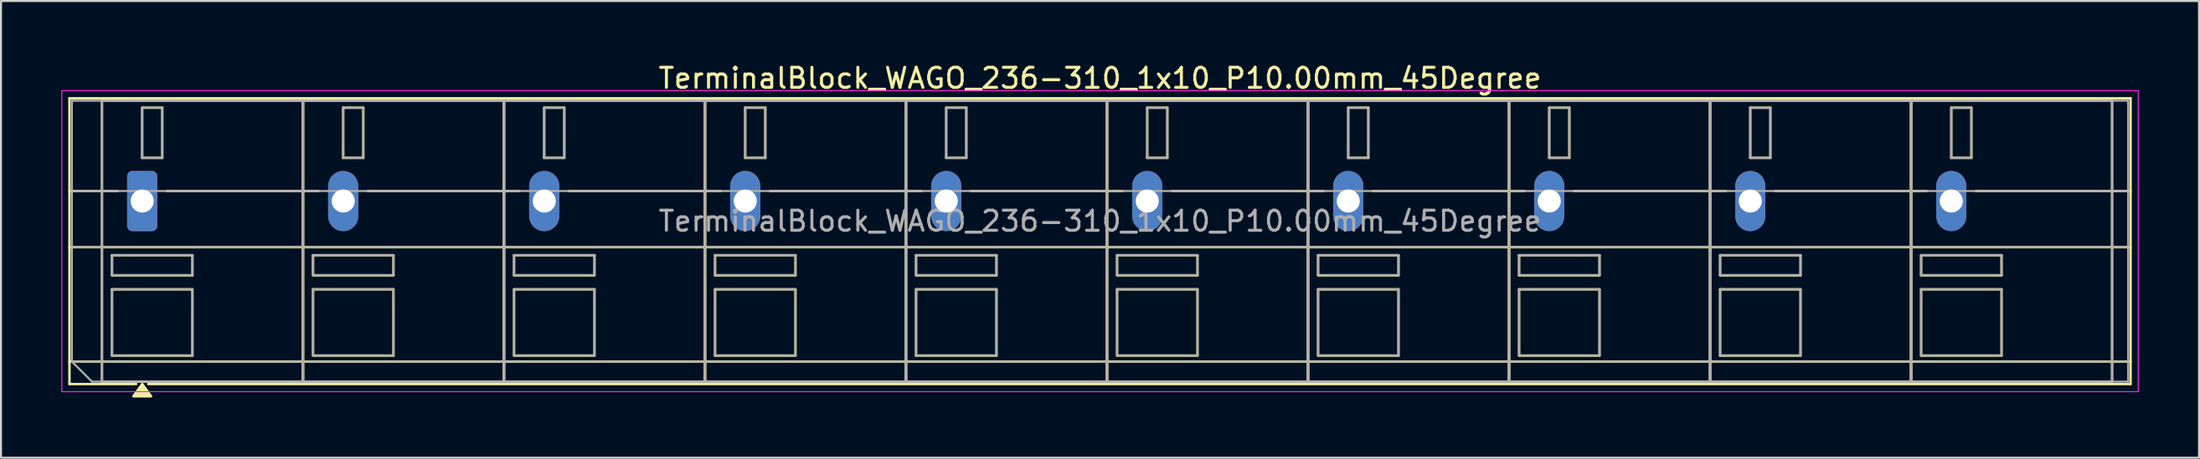
<source format=kicad_pcb>
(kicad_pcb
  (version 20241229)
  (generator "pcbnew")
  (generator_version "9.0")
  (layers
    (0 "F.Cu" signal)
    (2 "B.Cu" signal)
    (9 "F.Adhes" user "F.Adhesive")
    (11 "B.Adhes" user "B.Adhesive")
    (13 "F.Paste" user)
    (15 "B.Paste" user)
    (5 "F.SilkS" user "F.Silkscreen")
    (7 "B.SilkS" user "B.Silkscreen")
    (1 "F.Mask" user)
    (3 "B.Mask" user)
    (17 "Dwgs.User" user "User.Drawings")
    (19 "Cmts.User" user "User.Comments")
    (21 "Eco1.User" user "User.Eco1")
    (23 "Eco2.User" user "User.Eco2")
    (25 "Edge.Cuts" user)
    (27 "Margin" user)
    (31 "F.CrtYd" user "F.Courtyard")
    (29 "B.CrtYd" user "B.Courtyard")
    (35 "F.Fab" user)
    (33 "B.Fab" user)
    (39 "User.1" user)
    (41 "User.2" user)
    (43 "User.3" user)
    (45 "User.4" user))
  (footprint "TerminalBlock_WAGO_236-310_1x10_P10.00mm_45Degree"
    (layer "F.Cu")
    (at 4.025 6.968)
    (property "Reference" "TerminalBlock_WAGO_236-310_1x10_P10.00mm_45Degree" (at 47.65 -6.12 0) (layer "F.SilkS") (effects (font (size 1 1) (thickness 0.15))))
    (attr through_hole)
    (fp_line (start -3.62 -5.12) (end 98.92 -5.12) (stroke (width 0.12) (type solid)) (layer "F.SilkS"))
    (fp_line (start -3.62 -0.5) (end -1.23 -0.5) (stroke (width 0.12) (type solid)) (layer "F.SilkS"))
    (fp_line (start -3.62 2.3) (end 98.92 2.3) (stroke (width 0.12) (type solid)) (layer "F.SilkS"))
    (fp_line (start -3.62 8) (end 98.92 8) (stroke (width 0.12) (type solid)) (layer "F.SilkS"))
    (fp_line (start -3.62 9.12) (end -3.62 -5.12) (stroke (width 0.12) (type solid)) (layer "F.SilkS"))
    (fp_line (start -2 -5) (end 8 -5) (stroke (width 0.12) (type solid)) (layer "F.SilkS"))
    (fp_line (start -2 9) (end -2 -5) (stroke (width 0.12) (type solid)) (layer "F.SilkS"))
    (fp_line (start -1.5 2.7) (end 2.5 2.7) (stroke (width 0.12) (type solid)) (layer "F.SilkS"))
    (fp_line (start -1.5 3.7) (end -1.5 2.7) (stroke (width 0.12) (type solid)) (layer "F.SilkS"))
    (fp_line (start -1.5 4.4) (end 2.5 4.4) (stroke (width 0.12) (type solid)) (layer "F.SilkS"))
    (fp_line (start -1.5 7.7) (end -1.5 4.4) (stroke (width 0.12) (type solid)) (layer "F.SilkS"))
    (fp_line (start -0.3 9.12) (end -3.62 9.12) (stroke (width 0.12) (type solid)) (layer "F.SilkS"))
    (fp_line (start 0 -4.65) (end 1 -4.65) (stroke (width 0.12) (type solid)) (layer "F.SilkS"))
    (fp_line (start 0 -2.15) (end 0 -4.65) (stroke (width 0.12) (type solid)) (layer "F.SilkS"))
    (fp_line (start 1 -4.65) (end 1 -2.15) (stroke (width 0.12) (type solid)) (layer "F.SilkS"))
    (fp_line (start 1 -2.15) (end 0 -2.15) (stroke (width 0.12) (type solid)) (layer "F.SilkS"))
    (fp_line (start 1.23 -0.5) (end 8.77 -0.5) (stroke (width 0.12) (type solid)) (layer "F.SilkS"))
    (fp_line (start 2.5 2.7) (end 2.5 3.7) (stroke (width 0.12) (type solid)) (layer "F.SilkS"))
    (fp_line (start 2.5 3.7) (end -1.5 3.7) (stroke (width 0.12) (type solid)) (layer "F.SilkS"))
    (fp_line (start 2.5 4.4) (end 2.5 7.7) (stroke (width 0.12) (type solid)) (layer "F.SilkS"))
    (fp_line (start 2.5 7.7) (end -1.5 7.7) (stroke (width 0.12) (type solid)) (layer "F.SilkS"))
    (fp_line (start 8 -5) (end 8 9) (stroke (width 0.12) (type solid)) (layer "F.SilkS"))
    (fp_line (start 8 -5) (end 18 -5) (stroke (width 0.12) (type solid)) (layer "F.SilkS"))
    (fp_line (start 8 9) (end -2 9) (stroke (width 0.12) (type solid)) (layer "F.SilkS"))
    (fp_line (start 8 9) (end 8 -5) (stroke (width 0.12) (type solid)) (layer "F.SilkS"))
    (fp_line (start 8.5 2.7) (end 12.5 2.7) (stroke (width 0.12) (type solid)) (layer "F.SilkS"))
    (fp_line (start 8.5 3.7) (end 8.5 2.7) (stroke (width 0.12) (type solid)) (layer "F.SilkS"))
    (fp_line (start 8.5 4.4) (end 12.5 4.4) (stroke (width 0.12) (type solid)) (layer "F.SilkS"))
    (fp_line (start 8.5 7.7) (end 8.5 4.4) (stroke (width 0.12) (type solid)) (layer "F.SilkS"))
    (fp_line (start 10 -4.65) (end 11 -4.65) (stroke (width 0.12) (type solid)) (layer "F.SilkS"))
    (fp_line (start 10 -2.15) (end 10 -4.65) (stroke (width 0.12) (type solid)) (layer "F.SilkS"))
    (fp_line (start 11 -4.65) (end 11 -2.15) (stroke (width 0.12) (type solid)) (layer "F.SilkS"))
    (fp_line (start 11 -2.15) (end 10 -2.15) (stroke (width 0.12) (type solid)) (layer "F.SilkS"))
    (fp_line (start 11.23 -0.5) (end 18.77 -0.5) (stroke (width 0.12) (type solid)) (layer "F.SilkS"))
    (fp_line (start 12.5 2.7) (end 12.5 3.7) (stroke (width 0.12) (type solid)) (layer "F.SilkS"))
    (fp_line (start 12.5 3.7) (end 8.5 3.7) (stroke (width 0.12) (type solid)) (layer "F.SilkS"))
    (fp_line (start 12.5 4.4) (end 12.5 7.7) (stroke (width 0.12) (type solid)) (layer "F.SilkS"))
    (fp_line (start 12.5 7.7) (end 8.5 7.7) (stroke (width 0.12) (type solid)) (layer "F.SilkS"))
    (fp_line (start 18 -5) (end 18 9) (stroke (width 0.12) (type solid)) (layer "F.SilkS"))
    (fp_line (start 18 -5) (end 28 -5) (stroke (width 0.12) (type solid)) (layer "F.SilkS"))
    (fp_line (start 18 9) (end 8 9) (stroke (width 0.12) (type solid)) (layer "F.SilkS"))
    (fp_line (start 18 9) (end 18 -5) (stroke (width 0.12) (type solid)) (layer "F.SilkS"))
    (fp_line (start 18.5 2.7) (end 22.5 2.7) (stroke (width 0.12) (type solid)) (layer "F.SilkS"))
    (fp_line (start 18.5 3.7) (end 18.5 2.7) (stroke (width 0.12) (type solid)) (layer "F.SilkS"))
    (fp_line (start 18.5 4.4) (end 22.5 4.4) (stroke (width 0.12) (type solid)) (layer "F.SilkS"))
    (fp_line (start 18.5 7.7) (end 18.5 4.4) (stroke (width 0.12) (type solid)) (layer "F.SilkS"))
    (fp_line (start 20 -4.65) (end 21 -4.65) (stroke (width 0.12) (type solid)) (layer "F.SilkS"))
    (fp_line (start 20 -2.15) (end 20 -4.65) (stroke (width 0.12) (type solid)) (layer "F.SilkS"))
    (fp_line (start 21 -4.65) (end 21 -2.15) (stroke (width 0.12) (type solid)) (layer "F.SilkS"))
    (fp_line (start 21 -2.15) (end 20 -2.15) (stroke (width 0.12) (type solid)) (layer "F.SilkS"))
    (fp_line (start 21.23 -0.5) (end 28.77 -0.5) (stroke (width 0.12) (type solid)) (layer "F.SilkS"))
    (fp_line (start 22.5 2.7) (end 22.5 3.7) (stroke (width 0.12) (type solid)) (layer "F.SilkS"))
    (fp_line (start 22.5 3.7) (end 18.5 3.7) (stroke (width 0.12) (type solid)) (layer "F.SilkS"))
    (fp_line (start 22.5 4.4) (end 22.5 7.7) (stroke (width 0.12) (type solid)) (layer "F.SilkS"))
    (fp_line (start 22.5 7.7) (end 18.5 7.7) (stroke (width 0.12) (type solid)) (layer "F.SilkS"))
    (fp_line (start 28 -5) (end 28 9) (stroke (width 0.12) (type solid)) (layer "F.SilkS"))
    (fp_line (start 28 -5) (end 38 -5) (stroke (width 0.12) (type solid)) (layer "F.SilkS"))
    (fp_line (start 28 9) (end 18 9) (stroke (width 0.12) (type solid)) (layer "F.SilkS"))
    (fp_line (start 28 9) (end 28 -5) (stroke (width 0.12) (type solid)) (layer "F.SilkS"))
    (fp_line (start 28.5 2.7) (end 32.5 2.7) (stroke (width 0.12) (type solid)) (layer "F.SilkS"))
    (fp_line (start 28.5 3.7) (end 28.5 2.7) (stroke (width 0.12) (type solid)) (layer "F.SilkS"))
    (fp_line (start 28.5 4.4) (end 32.5 4.4) (stroke (width 0.12) (type solid)) (layer "F.SilkS"))
    (fp_line (start 28.5 7.7) (end 28.5 4.4) (stroke (width 0.12) (type solid)) (layer "F.SilkS"))
    (fp_line (start 30 -4.65) (end 31 -4.65) (stroke (width 0.12) (type solid)) (layer "F.SilkS"))
    (fp_line (start 30 -2.15) (end 30 -4.65) (stroke (width 0.12) (type solid)) (layer "F.SilkS"))
    (fp_line (start 31 -4.65) (end 31 -2.15) (stroke (width 0.12) (type solid)) (layer "F.SilkS"))
    (fp_line (start 31 -2.15) (end 30 -2.15) (stroke (width 0.12) (type solid)) (layer "F.SilkS"))
    (fp_line (start 31.23 -0.5) (end 38.77 -0.5) (stroke (width 0.12) (type solid)) (layer "F.SilkS"))
    (fp_line (start 32.5 2.7) (end 32.5 3.7) (stroke (width 0.12) (type solid)) (layer "F.SilkS"))
    (fp_line (start 32.5 3.7) (end 28.5 3.7) (stroke (width 0.12) (type solid)) (layer "F.SilkS"))
    (fp_line (start 32.5 4.4) (end 32.5 7.7) (stroke (width 0.12) (type solid)) (layer "F.SilkS"))
    (fp_line (start 32.5 7.7) (end 28.5 7.7) (stroke (width 0.12) (type solid)) (layer "F.SilkS"))
    (fp_line (start 38 -5) (end 38 9) (stroke (width 0.12) (type solid)) (layer "F.SilkS"))
    (fp_line (start 38 -5) (end 48 -5) (stroke (width 0.12) (type solid)) (layer "F.SilkS"))
    (fp_line (start 38 9) (end 28 9) (stroke (width 0.12) (type solid)) (layer "F.SilkS"))
    (fp_line (start 38 9) (end 38 -5) (stroke (width 0.12) (type solid)) (layer "F.SilkS"))
    (fp_line (start 38.5 2.7) (end 42.5 2.7) (stroke (width 0.12) (type solid)) (layer "F.SilkS"))
    (fp_line (start 38.5 3.7) (end 38.5 2.7) (stroke (width 0.12) (type solid)) (layer "F.SilkS"))
    (fp_line (start 38.5 4.4) (end 42.5 4.4) (stroke (width 0.12) (type solid)) (layer "F.SilkS"))
    (fp_line (start 38.5 7.7) (end 38.5 4.4) (stroke (width 0.12) (type solid)) (layer "F.SilkS"))
    (fp_line (start 40 -4.65) (end 41 -4.65) (stroke (width 0.12) (type solid)) (layer "F.SilkS"))
    (fp_line (start 40 -2.15) (end 40 -4.65) (stroke (width 0.12) (type solid)) (layer "F.SilkS"))
    (fp_line (start 41 -4.65) (end 41 -2.15) (stroke (width 0.12) (type solid)) (layer "F.SilkS"))
    (fp_line (start 41 -2.15) (end 40 -2.15) (stroke (width 0.12) (type solid)) (layer "F.SilkS"))
    (fp_line (start 41.23 -0.5) (end 48.77 -0.5) (stroke (width 0.12) (type solid)) (layer "F.SilkS"))
    (fp_line (start 42.5 2.7) (end 42.5 3.7) (stroke (width 0.12) (type solid)) (layer "F.SilkS"))
    (fp_line (start 42.5 3.7) (end 38.5 3.7) (stroke (width 0.12) (type solid)) (layer "F.SilkS"))
    (fp_line (start 42.5 4.4) (end 42.5 7.7) (stroke (width 0.12) (type solid)) (layer "F.SilkS"))
    (fp_line (start 42.5 7.7) (end 38.5 7.7) (stroke (width 0.12) (type solid)) (layer "F.SilkS"))
    (fp_line (start 48 -5) (end 48 9) (stroke (width 0.12) (type solid)) (layer "F.SilkS"))
    (fp_line (start 48 -5) (end 58 -5) (stroke (width 0.12) (type solid)) (layer "F.SilkS"))
    (fp_line (start 48 9) (end 38 9) (stroke (width 0.12) (type solid)) (layer "F.SilkS"))
    (fp_line (start 48 9) (end 48 -5) (stroke (width 0.12) (type solid)) (layer "F.SilkS"))
    (fp_line (start 48.5 2.7) (end 52.5 2.7) (stroke (width 0.12) (type solid)) (layer "F.SilkS"))
    (fp_line (start 48.5 3.7) (end 48.5 2.7) (stroke (width 0.12) (type solid)) (layer "F.SilkS"))
    (fp_line (start 48.5 4.4) (end 52.5 4.4) (stroke (width 0.12) (type solid)) (layer "F.SilkS"))
    (fp_line (start 48.5 7.7) (end 48.5 4.4) (stroke (width 0.12) (type solid)) (layer "F.SilkS"))
    (fp_line (start 50 -4.65) (end 51 -4.65) (stroke (width 0.12) (type solid)) (layer "F.SilkS"))
    (fp_line (start 50 -2.15) (end 50 -4.65) (stroke (width 0.12) (type solid)) (layer "F.SilkS"))
    (fp_line (start 51 -4.65) (end 51 -2.15) (stroke (width 0.12) (type solid)) (layer "F.SilkS"))
    (fp_line (start 51 -2.15) (end 50 -2.15) (stroke (width 0.12) (type solid)) (layer "F.SilkS"))
    (fp_line (start 51.23 -0.5) (end 58.77 -0.5) (stroke (width 0.12) (type solid)) (layer "F.SilkS"))
    (fp_line (start 52.5 2.7) (end 52.5 3.7) (stroke (width 0.12) (type solid)) (layer "F.SilkS"))
    (fp_line (start 52.5 3.7) (end 48.5 3.7) (stroke (width 0.12) (type solid)) (layer "F.SilkS"))
    (fp_line (start 52.5 4.4) (end 52.5 7.7) (stroke (width 0.12) (type solid)) (layer "F.SilkS"))
    (fp_line (start 52.5 7.7) (end 48.5 7.7) (stroke (width 0.12) (type solid)) (layer "F.SilkS"))
    (fp_line (start 58 -5) (end 58 9) (stroke (width 0.12) (type solid)) (layer "F.SilkS"))
    (fp_line (start 58 -5) (end 68 -5) (stroke (width 0.12) (type solid)) (layer "F.SilkS"))
    (fp_line (start 58 9) (end 48 9) (stroke (width 0.12) (type solid)) (layer "F.SilkS"))
    (fp_line (start 58 9) (end 58 -5) (stroke (width 0.12) (type solid)) (layer "F.SilkS"))
    (fp_line (start 58.5 2.7) (end 62.5 2.7) (stroke (width 0.12) (type solid)) (layer "F.SilkS"))
    (fp_line (start 58.5 3.7) (end 58.5 2.7) (stroke (width 0.12) (type solid)) (layer "F.SilkS"))
    (fp_line (start 58.5 4.4) (end 62.5 4.4) (stroke (width 0.12) (type solid)) (layer "F.SilkS"))
    (fp_line (start 58.5 7.7) (end 58.5 4.4) (stroke (width 0.12) (type solid)) (layer "F.SilkS"))
    (fp_line (start 60 -4.65) (end 61 -4.65) (stroke (width 0.12) (type solid)) (layer "F.SilkS"))
    (fp_line (start 60 -2.15) (end 60 -4.65) (stroke (width 0.12) (type solid)) (layer "F.SilkS"))
    (fp_line (start 61 -4.65) (end 61 -2.15) (stroke (width 0.12) (type solid)) (layer "F.SilkS"))
    (fp_line (start 61 -2.15) (end 60 -2.15) (stroke (width 0.12) (type solid)) (layer "F.SilkS"))
    (fp_line (start 61.23 -0.5) (end 68.77 -0.5) (stroke (width 0.12) (type solid)) (layer "F.SilkS"))
    (fp_line (start 62.5 2.7) (end 62.5 3.7) (stroke (width 0.12) (type solid)) (layer "F.SilkS"))
    (fp_line (start 62.5 3.7) (end 58.5 3.7) (stroke (width 0.12) (type solid)) (layer "F.SilkS"))
    (fp_line (start 62.5 4.4) (end 62.5 7.7) (stroke (width 0.12) (type solid)) (layer "F.SilkS"))
    (fp_line (start 62.5 7.7) (end 58.5 7.7) (stroke (width 0.12) (type solid)) (layer "F.SilkS"))
    (fp_line (start 68 -5) (end 68 9) (stroke (width 0.12) (type solid)) (layer "F.SilkS"))
    (fp_line (start 68 -5) (end 78 -5) (stroke (width 0.12) (type solid)) (layer "F.SilkS"))
    (fp_line (start 68 9) (end 58 9) (stroke (width 0.12) (type solid)) (layer "F.SilkS"))
    (fp_line (start 68 9) (end 68 -5) (stroke (width 0.12) (type solid)) (layer "F.SilkS"))
    (fp_line (start 68.5 2.7) (end 72.5 2.7) (stroke (width 0.12) (type solid)) (layer "F.SilkS"))
    (fp_line (start 68.5 3.7) (end 68.5 2.7) (stroke (width 0.12) (type solid)) (layer "F.SilkS"))
    (fp_line (start 68.5 4.4) (end 72.5 4.4) (stroke (width 0.12) (type solid)) (layer "F.SilkS"))
    (fp_line (start 68.5 7.7) (end 68.5 4.4) (stroke (width 0.12) (type solid)) (layer "F.SilkS"))
    (fp_line (start 70 -4.65) (end 71 -4.65) (stroke (width 0.12) (type solid)) (layer "F.SilkS"))
    (fp_line (start 70 -2.15) (end 70 -4.65) (stroke (width 0.12) (type solid)) (layer "F.SilkS"))
    (fp_line (start 71 -4.65) (end 71 -2.15) (stroke (width 0.12) (type solid)) (layer "F.SilkS"))
    (fp_line (start 71 -2.15) (end 70 -2.15) (stroke (width 0.12) (type solid)) (layer "F.SilkS"))
    (fp_line (start 71.23 -0.5) (end 78.77 -0.5) (stroke (width 0.12) (type solid)) (layer "F.SilkS"))
    (fp_line (start 72.5 2.7) (end 72.5 3.7) (stroke (width 0.12) (type solid)) (layer "F.SilkS"))
    (fp_line (start 72.5 3.7) (end 68.5 3.7) (stroke (width 0.12) (type solid)) (layer "F.SilkS"))
    (fp_line (start 72.5 4.4) (end 72.5 7.7) (stroke (width 0.12) (type solid)) (layer "F.SilkS"))
    (fp_line (start 72.5 7.7) (end 68.5 7.7) (stroke (width 0.12) (type solid)) (layer "F.SilkS"))
    (fp_line (start 78 -5) (end 78 9) (stroke (width 0.12) (type solid)) (layer "F.SilkS"))
    (fp_line (start 78 -5) (end 88 -5) (stroke (width 0.12) (type solid)) (layer "F.SilkS"))
    (fp_line (start 78 9) (end 68 9) (stroke (width 0.12) (type solid)) (layer "F.SilkS"))
    (fp_line (start 78 9) (end 78 -5) (stroke (width 0.12) (type solid)) (layer "F.SilkS"))
    (fp_line (start 78.5 2.7) (end 82.5 2.7) (stroke (width 0.12) (type solid)) (layer "F.SilkS"))
    (fp_line (start 78.5 3.7) (end 78.5 2.7) (stroke (width 0.12) (type solid)) (layer "F.SilkS"))
    (fp_line (start 78.5 4.4) (end 82.5 4.4) (stroke (width 0.12) (type solid)) (layer "F.SilkS"))
    (fp_line (start 78.5 7.7) (end 78.5 4.4) (stroke (width 0.12) (type solid)) (layer "F.SilkS"))
    (fp_line (start 80 -4.65) (end 81 -4.65) (stroke (width 0.12) (type solid)) (layer "F.SilkS"))
    (fp_line (start 80 -2.15) (end 80 -4.65) (stroke (width 0.12) (type solid)) (layer "F.SilkS"))
    (fp_line (start 81 -4.65) (end 81 -2.15) (stroke (width 0.12) (type solid)) (layer "F.SilkS"))
    (fp_line (start 81 -2.15) (end 80 -2.15) (stroke (width 0.12) (type solid)) (layer "F.SilkS"))
    (fp_line (start 81.23 -0.5) (end 88.77 -0.5) (stroke (width 0.12) (type solid)) (layer "F.SilkS"))
    (fp_line (start 82.5 2.7) (end 82.5 3.7) (stroke (width 0.12) (type solid)) (layer "F.SilkS"))
    (fp_line (start 82.5 3.7) (end 78.5 3.7) (stroke (width 0.12) (type solid)) (layer "F.SilkS"))
    (fp_line (start 82.5 4.4) (end 82.5 7.7) (stroke (width 0.12) (type solid)) (layer "F.SilkS"))
    (fp_line (start 82.5 7.7) (end 78.5 7.7) (stroke (width 0.12) (type solid)) (layer "F.SilkS"))
    (fp_line (start 88 -5) (end 88 9) (stroke (width 0.12) (type solid)) (layer "F.SilkS"))
    (fp_line (start 88 -5) (end 98 -5) (stroke (width 0.12) (type solid)) (layer "F.SilkS"))
    (fp_line (start 88 9) (end 78 9) (stroke (width 0.12) (type solid)) (layer "F.SilkS"))
    (fp_line (start 88 9) (end 88 -5) (stroke (width 0.12) (type solid)) (layer "F.SilkS"))
    (fp_line (start 88.5 2.7) (end 92.5 2.7) (stroke (width 0.12) (type solid)) (layer "F.SilkS"))
    (fp_line (start 88.5 3.7) (end 88.5 2.7) (stroke (width 0.12) (type solid)) (layer "F.SilkS"))
    (fp_line (start 88.5 4.4) (end 92.5 4.4) (stroke (width 0.12) (type solid)) (layer "F.SilkS"))
    (fp_line (start 88.5 7.7) (end 88.5 4.4) (stroke (width 0.12) (type solid)) (layer "F.SilkS"))
    (fp_line (start 90 -4.65) (end 91 -4.65) (stroke (width 0.12) (type solid)) (layer "F.SilkS"))
    (fp_line (start 90 -2.15) (end 90 -4.65) (stroke (width 0.12) (type solid)) (layer "F.SilkS"))
    (fp_line (start 91 -4.65) (end 91 -2.15) (stroke (width 0.12) (type solid)) (layer "F.SilkS"))
    (fp_line (start 91 -2.15) (end 90 -2.15) (stroke (width 0.12) (type solid)) (layer "F.SilkS"))
    (fp_line (start 91.23 -0.5) (end 98.92 -0.5) (stroke (width 0.12) (type solid)) (layer "F.SilkS"))
    (fp_line (start 92.5 2.7) (end 92.5 3.7) (stroke (width 0.12) (type solid)) (layer "F.SilkS"))
    (fp_line (start 92.5 3.7) (end 88.5 3.7) (stroke (width 0.12) (type solid)) (layer "F.SilkS"))
    (fp_line (start 92.5 4.4) (end 92.5 7.7) (stroke (width 0.12) (type solid)) (layer "F.SilkS"))
    (fp_line (start 92.5 7.7) (end 88.5 7.7) (stroke (width 0.12) (type solid)) (layer "F.SilkS"))
    (fp_line (start 98 -5) (end 98 9) (stroke (width 0.12) (type solid)) (layer "F.SilkS"))
    (fp_line (start 98 9) (end 88 9) (stroke (width 0.12) (type solid)) (layer "F.SilkS"))
    (fp_line (start 98.92 -5.12) (end 98.92 9.12) (stroke (width 0.12) (type solid)) (layer "F.SilkS"))
    (fp_line (start 98.92 9.12) (end 0.3 9.12) (stroke (width 0.12) (type solid)) (layer "F.SilkS"))
    (fp_poly (pts (xy 0 9.12) (xy 0.44 9.73) (xy -0.44 9.73)) (stroke (width 0.12) (type solid)) (fill yes) (layer "F.SilkS"))
    (fp_line (start -4 -5.5) (end -4 9.5) (stroke (width 0.05) (type solid)) (layer "F.CrtYd"))
    (fp_line (start -4 9.5) (end 99.3 9.5) (stroke (width 0.05) (type solid)) (layer "F.CrtYd"))
    (fp_line (start 99.3 -5.5) (end -4 -5.5) (stroke (width 0.05) (type solid)) (layer "F.CrtYd"))
    (fp_line (start 99.3 9.5) (end 99.3 -5.5) (stroke (width 0.05) (type solid)) (layer "F.CrtYd"))
    (fp_line (start -3.5 -5) (end 98.8 -5) (stroke (width 0.1) (type solid)) (layer "F.Fab"))
    (fp_line (start -3.5 -0.5) (end 98.8 -0.5) (stroke (width 0.1) (type solid)) (layer "F.Fab"))
    (fp_line (start -3.5 2.3) (end 98.8 2.3) (stroke (width 0.1) (type solid)) (layer "F.Fab"))
    (fp_line (start -3.5 8) (end -3.5 -5) (stroke (width 0.1) (type solid)) (layer "F.Fab"))
    (fp_line (start -3.5 8) (end 98.8 8) (stroke (width 0.1) (type solid)) (layer "F.Fab"))
    (fp_line (start -2.5 9) (end -3.5 8) (stroke (width 0.1) (type solid)) (layer "F.Fab"))
    (fp_line (start -2 -5) (end -2 9) (stroke (width 0.1) (type solid)) (layer "F.Fab"))
    (fp_line (start -2 9) (end 8 9) (stroke (width 0.1) (type solid)) (layer "F.Fab"))
    (fp_line (start -1.5 2.7) (end -1.5 3.7) (stroke (width 0.1) (type solid)) (layer "F.Fab"))
    (fp_line (start -1.5 3.7) (end 2.5 3.7) (stroke (width 0.1) (type solid)) (layer "F.Fab"))
    (fp_line (start -1.5 4.4) (end -1.5 7.7) (stroke (width 0.1) (type solid)) (layer "F.Fab"))
    (fp_line (start -1.5 7.7) (end 2.5 7.7) (stroke (width 0.1) (type solid)) (layer "F.Fab"))
    (fp_line (start 0 -4.65) (end 0 -2.15) (stroke (width 0.1) (type solid)) (layer "F.Fab"))
    (fp_line (start 0 -2.15) (end 1 -2.15) (stroke (width 0.1) (type solid)) (layer "F.Fab"))
    (fp_line (start 1 -4.65) (end 0 -4.65) (stroke (width 0.1) (type solid)) (layer "F.Fab"))
    (fp_line (start 1 -2.15) (end 1 -4.65) (stroke (width 0.1) (type solid)) (layer "F.Fab"))
    (fp_line (start 2.5 2.7) (end -1.5 2.7) (stroke (width 0.1) (type solid)) (layer "F.Fab"))
    (fp_line (start 2.5 3.7) (end 2.5 2.7) (stroke (width 0.1) (type solid)) (layer "F.Fab"))
    (fp_line (start 2.5 4.4) (end -1.5 4.4) (stroke (width 0.1) (type solid)) (layer "F.Fab"))
    (fp_line (start 2.5 7.7) (end 2.5 4.4) (stroke (width 0.1) (type solid)) (layer "F.Fab"))
    (fp_line (start 8 -5) (end -2 -5) (stroke (width 0.1) (type solid)) (layer "F.Fab"))
    (fp_line (start 8 -5) (end 8 9) (stroke (width 0.1) (type solid)) (layer "F.Fab"))
    (fp_line (start 8 9) (end 8 -5) (stroke (width 0.1) (type solid)) (layer "F.Fab"))
    (fp_line (start 8 9) (end 18 9) (stroke (width 0.1) (type solid)) (layer "F.Fab"))
    (fp_line (start 8.5 2.7) (end 8.5 3.7) (stroke (width 0.1) (type solid)) (layer "F.Fab"))
    (fp_line (start 8.5 3.7) (end 12.5 3.7) (stroke (width 0.1) (type solid)) (layer "F.Fab"))
    (fp_line (start 8.5 4.4) (end 8.5 7.7) (stroke (width 0.1) (type solid)) (layer "F.Fab"))
    (fp_line (start 8.5 7.7) (end 12.5 7.7) (stroke (width 0.1) (type solid)) (layer "F.Fab"))
    (fp_line (start 10 -4.65) (end 10 -2.15) (stroke (width 0.1) (type solid)) (layer "F.Fab"))
    (fp_line (start 10 -2.15) (end 11 -2.15) (stroke (width 0.1) (type solid)) (layer "F.Fab"))
    (fp_line (start 11 -4.65) (end 10 -4.65) (stroke (width 0.1) (type solid)) (layer "F.Fab"))
    (fp_line (start 11 -2.15) (end 11 -4.65) (stroke (width 0.1) (type solid)) (layer "F.Fab"))
    (fp_line (start 12.5 2.7) (end 8.5 2.7) (stroke (width 0.1) (type solid)) (layer "F.Fab"))
    (fp_line (start 12.5 3.7) (end 12.5 2.7) (stroke (width 0.1) (type solid)) (layer "F.Fab"))
    (fp_line (start 12.5 4.4) (end 8.5 4.4) (stroke (width 0.1) (type solid)) (layer "F.Fab"))
    (fp_line (start 12.5 7.7) (end 12.5 4.4) (stroke (width 0.1) (type solid)) (layer "F.Fab"))
    (fp_line (start 18 -5) (end 8 -5) (stroke (width 0.1) (type solid)) (layer "F.Fab"))
    (fp_line (start 18 -5) (end 18 9) (stroke (width 0.1) (type solid)) (layer "F.Fab"))
    (fp_line (start 18 9) (end 18 -5) (stroke (width 0.1) (type solid)) (layer "F.Fab"))
    (fp_line (start 18 9) (end 28 9) (stroke (width 0.1) (type solid)) (layer "F.Fab"))
    (fp_line (start 18.5 2.7) (end 18.5 3.7) (stroke (width 0.1) (type solid)) (layer "F.Fab"))
    (fp_line (start 18.5 3.7) (end 22.5 3.7) (stroke (width 0.1) (type solid)) (layer "F.Fab"))
    (fp_line (start 18.5 4.4) (end 18.5 7.7) (stroke (width 0.1) (type solid)) (layer "F.Fab"))
    (fp_line (start 18.5 7.7) (end 22.5 7.7) (stroke (width 0.1) (type solid)) (layer "F.Fab"))
    (fp_line (start 20 -4.65) (end 20 -2.15) (stroke (width 0.1) (type solid)) (layer "F.Fab"))
    (fp_line (start 20 -2.15) (end 21 -2.15) (stroke (width 0.1) (type solid)) (layer "F.Fab"))
    (fp_line (start 21 -4.65) (end 20 -4.65) (stroke (width 0.1) (type solid)) (layer "F.Fab"))
    (fp_line (start 21 -2.15) (end 21 -4.65) (stroke (width 0.1) (type solid)) (layer "F.Fab"))
    (fp_line (start 22.5 2.7) (end 18.5 2.7) (stroke (width 0.1) (type solid)) (layer "F.Fab"))
    (fp_line (start 22.5 3.7) (end 22.5 2.7) (stroke (width 0.1) (type solid)) (layer "F.Fab"))
    (fp_line (start 22.5 4.4) (end 18.5 4.4) (stroke (width 0.1) (type solid)) (layer "F.Fab"))
    (fp_line (start 22.5 7.7) (end 22.5 4.4) (stroke (width 0.1) (type solid)) (layer "F.Fab"))
    (fp_line (start 28 -5) (end 18 -5) (stroke (width 0.1) (type solid)) (layer "F.Fab"))
    (fp_line (start 28 -5) (end 28 9) (stroke (width 0.1) (type solid)) (layer "F.Fab"))
    (fp_line (start 28 9) (end 28 -5) (stroke (width 0.1) (type solid)) (layer "F.Fab"))
    (fp_line (start 28 9) (end 38 9) (stroke (width 0.1) (type solid)) (layer "F.Fab"))
    (fp_line (start 28.5 2.7) (end 28.5 3.7) (stroke (width 0.1) (type solid)) (layer "F.Fab"))
    (fp_line (start 28.5 3.7) (end 32.5 3.7) (stroke (width 0.1) (type solid)) (layer "F.Fab"))
    (fp_line (start 28.5 4.4) (end 28.5 7.7) (stroke (width 0.1) (type solid)) (layer "F.Fab"))
    (fp_line (start 28.5 7.7) (end 32.5 7.7) (stroke (width 0.1) (type solid)) (layer "F.Fab"))
    (fp_line (start 30 -4.65) (end 30 -2.15) (stroke (width 0.1) (type solid)) (layer "F.Fab"))
    (fp_line (start 30 -2.15) (end 31 -2.15) (stroke (width 0.1) (type solid)) (layer "F.Fab"))
    (fp_line (start 31 -4.65) (end 30 -4.65) (stroke (width 0.1) (type solid)) (layer "F.Fab"))
    (fp_line (start 31 -2.15) (end 31 -4.65) (stroke (width 0.1) (type solid)) (layer "F.Fab"))
    (fp_line (start 32.5 2.7) (end 28.5 2.7) (stroke (width 0.1) (type solid)) (layer "F.Fab"))
    (fp_line (start 32.5 3.7) (end 32.5 2.7) (stroke (width 0.1) (type solid)) (layer "F.Fab"))
    (fp_line (start 32.5 4.4) (end 28.5 4.4) (stroke (width 0.1) (type solid)) (layer "F.Fab"))
    (fp_line (start 32.5 7.7) (end 32.5 4.4) (stroke (width 0.1) (type solid)) (layer "F.Fab"))
    (fp_line (start 38 -5) (end 28 -5) (stroke (width 0.1) (type solid)) (layer "F.Fab"))
    (fp_line (start 38 -5) (end 38 9) (stroke (width 0.1) (type solid)) (layer "F.Fab"))
    (fp_line (start 38 9) (end 38 -5) (stroke (width 0.1) (type solid)) (layer "F.Fab"))
    (fp_line (start 38 9) (end 48 9) (stroke (width 0.1) (type solid)) (layer "F.Fab"))
    (fp_line (start 38.5 2.7) (end 38.5 3.7) (stroke (width 0.1) (type solid)) (layer "F.Fab"))
    (fp_line (start 38.5 3.7) (end 42.5 3.7) (stroke (width 0.1) (type solid)) (layer "F.Fab"))
    (fp_line (start 38.5 4.4) (end 38.5 7.7) (stroke (width 0.1) (type solid)) (layer "F.Fab"))
    (fp_line (start 38.5 7.7) (end 42.5 7.7) (stroke (width 0.1) (type solid)) (layer "F.Fab"))
    (fp_line (start 40 -4.65) (end 40 -2.15) (stroke (width 0.1) (type solid)) (layer "F.Fab"))
    (fp_line (start 40 -2.15) (end 41 -2.15) (stroke (width 0.1) (type solid)) (layer "F.Fab"))
    (fp_line (start 41 -4.65) (end 40 -4.65) (stroke (width 0.1) (type solid)) (layer "F.Fab"))
    (fp_line (start 41 -2.15) (end 41 -4.65) (stroke (width 0.1) (type solid)) (layer "F.Fab"))
    (fp_line (start 42.5 2.7) (end 38.5 2.7) (stroke (width 0.1) (type solid)) (layer "F.Fab"))
    (fp_line (start 42.5 3.7) (end 42.5 2.7) (stroke (width 0.1) (type solid)) (layer "F.Fab"))
    (fp_line (start 42.5 4.4) (end 38.5 4.4) (stroke (width 0.1) (type solid)) (layer "F.Fab"))
    (fp_line (start 42.5 7.7) (end 42.5 4.4) (stroke (width 0.1) (type solid)) (layer "F.Fab"))
    (fp_line (start 48 -5) (end 38 -5) (stroke (width 0.1) (type solid)) (layer "F.Fab"))
    (fp_line (start 48 -5) (end 48 9) (stroke (width 0.1) (type solid)) (layer "F.Fab"))
    (fp_line (start 48 9) (end 48 -5) (stroke (width 0.1) (type solid)) (layer "F.Fab"))
    (fp_line (start 48 9) (end 58 9) (stroke (width 0.1) (type solid)) (layer "F.Fab"))
    (fp_line (start 48.5 2.7) (end 48.5 3.7) (stroke (width 0.1) (type solid)) (layer "F.Fab"))
    (fp_line (start 48.5 3.7) (end 52.5 3.7) (stroke (width 0.1) (type solid)) (layer "F.Fab"))
    (fp_line (start 48.5 4.4) (end 48.5 7.7) (stroke (width 0.1) (type solid)) (layer "F.Fab"))
    (fp_line (start 48.5 7.7) (end 52.5 7.7) (stroke (width 0.1) (type solid)) (layer "F.Fab"))
    (fp_line (start 50 -4.65) (end 50 -2.15) (stroke (width 0.1) (type solid)) (layer "F.Fab"))
    (fp_line (start 50 -2.15) (end 51 -2.15) (stroke (width 0.1) (type solid)) (layer "F.Fab"))
    (fp_line (start 51 -4.65) (end 50 -4.65) (stroke (width 0.1) (type solid)) (layer "F.Fab"))
    (fp_line (start 51 -2.15) (end 51 -4.65) (stroke (width 0.1) (type solid)) (layer "F.Fab"))
    (fp_line (start 52.5 2.7) (end 48.5 2.7) (stroke (width 0.1) (type solid)) (layer "F.Fab"))
    (fp_line (start 52.5 3.7) (end 52.5 2.7) (stroke (width 0.1) (type solid)) (layer "F.Fab"))
    (fp_line (start 52.5 4.4) (end 48.5 4.4) (stroke (width 0.1) (type solid)) (layer "F.Fab"))
    (fp_line (start 52.5 7.7) (end 52.5 4.4) (stroke (width 0.1) (type solid)) (layer "F.Fab"))
    (fp_line (start 58 -5) (end 48 -5) (stroke (width 0.1) (type solid)) (layer "F.Fab"))
    (fp_line (start 58 -5) (end 58 9) (stroke (width 0.1) (type solid)) (layer "F.Fab"))
    (fp_line (start 58 9) (end 58 -5) (stroke (width 0.1) (type solid)) (layer "F.Fab"))
    (fp_line (start 58 9) (end 68 9) (stroke (width 0.1) (type solid)) (layer "F.Fab"))
    (fp_line (start 58.5 2.7) (end 58.5 3.7) (stroke (width 0.1) (type solid)) (layer "F.Fab"))
    (fp_line (start 58.5 3.7) (end 62.5 3.7) (stroke (width 0.1) (type solid)) (layer "F.Fab"))
    (fp_line (start 58.5 4.4) (end 58.5 7.7) (stroke (width 0.1) (type solid)) (layer "F.Fab"))
    (fp_line (start 58.5 7.7) (end 62.5 7.7) (stroke (width 0.1) (type solid)) (layer "F.Fab"))
    (fp_line (start 60 -4.65) (end 60 -2.15) (stroke (width 0.1) (type solid)) (layer "F.Fab"))
    (fp_line (start 60 -2.15) (end 61 -2.15) (stroke (width 0.1) (type solid)) (layer "F.Fab"))
    (fp_line (start 61 -4.65) (end 60 -4.65) (stroke (width 0.1) (type solid)) (layer "F.Fab"))
    (fp_line (start 61 -2.15) (end 61 -4.65) (stroke (width 0.1) (type solid)) (layer "F.Fab"))
    (fp_line (start 62.5 2.7) (end 58.5 2.7) (stroke (width 0.1) (type solid)) (layer "F.Fab"))
    (fp_line (start 62.5 3.7) (end 62.5 2.7) (stroke (width 0.1) (type solid)) (layer "F.Fab"))
    (fp_line (start 62.5 4.4) (end 58.5 4.4) (stroke (width 0.1) (type solid)) (layer "F.Fab"))
    (fp_line (start 62.5 7.7) (end 62.5 4.4) (stroke (width 0.1) (type solid)) (layer "F.Fab"))
    (fp_line (start 68 -5) (end 58 -5) (stroke (width 0.1) (type solid)) (layer "F.Fab"))
    (fp_line (start 68 -5) (end 68 9) (stroke (width 0.1) (type solid)) (layer "F.Fab"))
    (fp_line (start 68 9) (end 68 -5) (stroke (width 0.1) (type solid)) (layer "F.Fab"))
    (fp_line (start 68 9) (end 78 9) (stroke (width 0.1) (type solid)) (layer "F.Fab"))
    (fp_line (start 68.5 2.7) (end 68.5 3.7) (stroke (width 0.1) (type solid)) (layer "F.Fab"))
    (fp_line (start 68.5 3.7) (end 72.5 3.7) (stroke (width 0.1) (type solid)) (layer "F.Fab"))
    (fp_line (start 68.5 4.4) (end 68.5 7.7) (stroke (width 0.1) (type solid)) (layer "F.Fab"))
    (fp_line (start 68.5 7.7) (end 72.5 7.7) (stroke (width 0.1) (type solid)) (layer "F.Fab"))
    (fp_line (start 70 -4.65) (end 70 -2.15) (stroke (width 0.1) (type solid)) (layer "F.Fab"))
    (fp_line (start 70 -2.15) (end 71 -2.15) (stroke (width 0.1) (type solid)) (layer "F.Fab"))
    (fp_line (start 71 -4.65) (end 70 -4.65) (stroke (width 0.1) (type solid)) (layer "F.Fab"))
    (fp_line (start 71 -2.15) (end 71 -4.65) (stroke (width 0.1) (type solid)) (layer "F.Fab"))
    (fp_line (start 72.5 2.7) (end 68.5 2.7) (stroke (width 0.1) (type solid)) (layer "F.Fab"))
    (fp_line (start 72.5 3.7) (end 72.5 2.7) (stroke (width 0.1) (type solid)) (layer "F.Fab"))
    (fp_line (start 72.5 4.4) (end 68.5 4.4) (stroke (width 0.1) (type solid)) (layer "F.Fab"))
    (fp_line (start 72.5 7.7) (end 72.5 4.4) (stroke (width 0.1) (type solid)) (layer "F.Fab"))
    (fp_line (start 78 -5) (end 68 -5) (stroke (width 0.1) (type solid)) (layer "F.Fab"))
    (fp_line (start 78 -5) (end 78 9) (stroke (width 0.1) (type solid)) (layer "F.Fab"))
    (fp_line (start 78 9) (end 78 -5) (stroke (width 0.1) (type solid)) (layer "F.Fab"))
    (fp_line (start 78 9) (end 88 9) (stroke (width 0.1) (type solid)) (layer "F.Fab"))
    (fp_line (start 78.5 2.7) (end 78.5 3.7) (stroke (width 0.1) (type solid)) (layer "F.Fab"))
    (fp_line (start 78.5 3.7) (end 82.5 3.7) (stroke (width 0.1) (type solid)) (layer "F.Fab"))
    (fp_line (start 78.5 4.4) (end 78.5 7.7) (stroke (width 0.1) (type solid)) (layer "F.Fab"))
    (fp_line (start 78.5 7.7) (end 82.5 7.7) (stroke (width 0.1) (type solid)) (layer "F.Fab"))
    (fp_line (start 80 -4.65) (end 80 -2.15) (stroke (width 0.1) (type solid)) (layer "F.Fab"))
    (fp_line (start 80 -2.15) (end 81 -2.15) (stroke (width 0.1) (type solid)) (layer "F.Fab"))
    (fp_line (start 81 -4.65) (end 80 -4.65) (stroke (width 0.1) (type solid)) (layer "F.Fab"))
    (fp_line (start 81 -2.15) (end 81 -4.65) (stroke (width 0.1) (type solid)) (layer "F.Fab"))
    (fp_line (start 82.5 2.7) (end 78.5 2.7) (stroke (width 0.1) (type solid)) (layer "F.Fab"))
    (fp_line (start 82.5 3.7) (end 82.5 2.7) (stroke (width 0.1) (type solid)) (layer "F.Fab"))
    (fp_line (start 82.5 4.4) (end 78.5 4.4) (stroke (width 0.1) (type solid)) (layer "F.Fab"))
    (fp_line (start 82.5 7.7) (end 82.5 4.4) (stroke (width 0.1) (type solid)) (layer "F.Fab"))
    (fp_line (start 88 -5) (end 78 -5) (stroke (width 0.1) (type solid)) (layer "F.Fab"))
    (fp_line (start 88 -5) (end 88 9) (stroke (width 0.1) (type solid)) (layer "F.Fab"))
    (fp_line (start 88 9) (end 88 -5) (stroke (width 0.1) (type solid)) (layer "F.Fab"))
    (fp_line (start 88 9) (end 98 9) (stroke (width 0.1) (type solid)) (layer "F.Fab"))
    (fp_line (start 88.5 2.7) (end 88.5 3.7) (stroke (width 0.1) (type solid)) (layer "F.Fab"))
    (fp_line (start 88.5 3.7) (end 92.5 3.7) (stroke (width 0.1) (type solid)) (layer "F.Fab"))
    (fp_line (start 88.5 4.4) (end 88.5 7.7) (stroke (width 0.1) (type solid)) (layer "F.Fab"))
    (fp_line (start 88.5 7.7) (end 92.5 7.7) (stroke (width 0.1) (type solid)) (layer "F.Fab"))
    (fp_line (start 90 -4.65) (end 90 -2.15) (stroke (width 0.1) (type solid)) (layer "F.Fab"))
    (fp_line (start 90 -2.15) (end 91 -2.15) (stroke (width 0.1) (type solid)) (layer "F.Fab"))
    (fp_line (start 91 -4.65) (end 90 -4.65) (stroke (width 0.1) (type solid)) (layer "F.Fab"))
    (fp_line (start 91 -2.15) (end 91 -4.65) (stroke (width 0.1) (type solid)) (layer "F.Fab"))
    (fp_line (start 92.5 2.7) (end 88.5 2.7) (stroke (width 0.1) (type solid)) (layer "F.Fab"))
    (fp_line (start 92.5 3.7) (end 92.5 2.7) (stroke (width 0.1) (type solid)) (layer "F.Fab"))
    (fp_line (start 92.5 4.4) (end 88.5 4.4) (stroke (width 0.1) (type solid)) (layer "F.Fab"))
    (fp_line (start 92.5 7.7) (end 92.5 4.4) (stroke (width 0.1) (type solid)) (layer "F.Fab"))
    (fp_line (start 98 -5) (end 88 -5) (stroke (width 0.1) (type solid)) (layer "F.Fab"))
    (fp_line (start 98 9) (end 98 -5) (stroke (width 0.1) (type solid)) (layer "F.Fab"))
    (fp_line (start 98.8 -5) (end 98.8 9) (stroke (width 0.1) (type solid)) (layer "F.Fab"))
    (fp_line (start 98.8 9) (end -2.5 9) (stroke (width 0.1) (type solid)) (layer "F.Fab"))
    (fp_text user "${REFERENCE}" (at 47.65 1 0) (layer "F.Fab") (effects (font (size 1 1) (thickness 0.15))))
    (pad "1" thru_hole roundrect (at 0 0) (size 1.5 3) (drill 1.15) (layers "*.Cu" "*.Mask") (roundrect_rratio 0.167))
    (pad "2" thru_hole oval (at 10 0) (size 1.5 3) (drill 1.15) (layers "*.Cu" "*.Mask"))
    (pad "3" thru_hole oval (at 20 0) (size 1.5 3) (drill 1.15) (layers "*.Cu" "*.Mask"))
    (pad "4" thru_hole oval (at 30 0) (size 1.5 3) (drill 1.15) (layers "*.Cu" "*.Mask"))
    (pad "5" thru_hole oval (at 40 0) (size 1.5 3) (drill 1.15) (layers "*.Cu" "*.Mask"))
    (pad "6" thru_hole oval (at 50 0) (size 1.5 3) (drill 1.15) (layers "*.Cu" "*.Mask"))
    (pad "7" thru_hole oval (at 60 0) (size 1.5 3) (drill 1.15) (layers "*.Cu" "*.Mask"))
    (pad "8" thru_hole oval (at 70 0) (size 1.5 3) (drill 1.15) (layers "*.Cu" "*.Mask"))
    (pad "9" thru_hole oval (at 80 0) (size 1.5 3) (drill 1.15) (layers "*.Cu" "*.Mask"))
    (pad "10" thru_hole oval (at 90 0) (size 1.5 3) (drill 1.15) (layers "*.Cu" "*.Mask")))
  (gr_rect
    (start -3 -3)
    (end 106.35 19.758)
    (stroke (width 0.1) (type default))
    (fill no)
    (layer "Edge.Cuts")))
</source>
